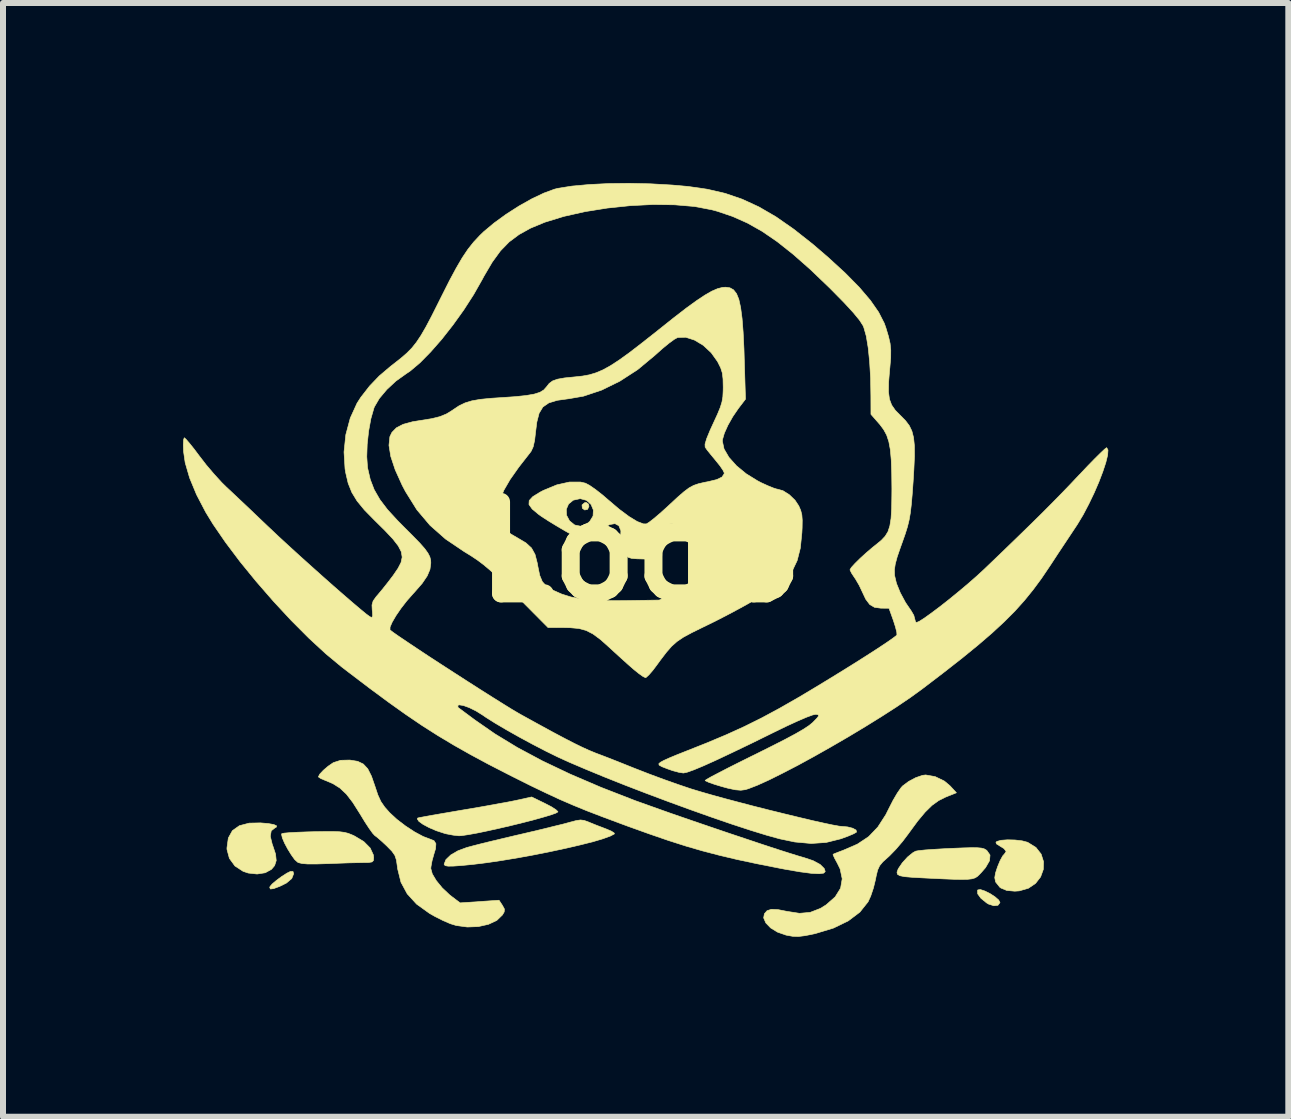
<source format=kicad_pcb>
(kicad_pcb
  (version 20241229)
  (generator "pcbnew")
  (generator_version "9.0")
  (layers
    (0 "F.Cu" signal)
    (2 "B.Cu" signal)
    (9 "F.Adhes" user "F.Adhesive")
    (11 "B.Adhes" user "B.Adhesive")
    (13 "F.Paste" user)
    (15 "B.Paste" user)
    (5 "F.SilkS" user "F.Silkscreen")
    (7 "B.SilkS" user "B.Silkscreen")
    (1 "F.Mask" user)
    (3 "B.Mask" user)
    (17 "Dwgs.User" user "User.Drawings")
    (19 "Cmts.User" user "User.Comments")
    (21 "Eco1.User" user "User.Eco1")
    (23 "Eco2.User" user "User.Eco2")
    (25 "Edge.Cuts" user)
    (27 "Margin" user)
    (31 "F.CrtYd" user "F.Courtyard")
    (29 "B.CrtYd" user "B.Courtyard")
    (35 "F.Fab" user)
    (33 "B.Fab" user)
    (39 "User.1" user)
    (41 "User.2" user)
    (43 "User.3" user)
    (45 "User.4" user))
  (footprint "Logo"
    (layer "F.Cu")
    (at 7.622 6.149)
    (property "Reference" "Logo" (at 0 0 0) (layer "F.SilkS") (effects (font (size 1.524 1.524) (thickness 0.3))))
    (attr through_hole)
    (fp_poly (pts (xy -0.866 -0.799) (xy -0.857 -0.762) (xy -0.88 -0.711) (xy -0.928 -0.7) (xy -0.968 -0.73) (xy -0.973 -0.784) (xy -0.931 -0.821) (xy -0.903 -0.826) (xy -0.866 -0.799)) (stroke (width 0.01) (type solid)) (fill yes) (layer "F.SilkS"))
    (fp_poly (pts (xy -5.779 5.362) (xy -5.81 5.441) (xy -5.9 5.517) (xy -6.009 5.571) (xy -6.111 5.609) (xy -6.165 5.616) (xy -6.177 5.592) (xy -6.173 5.576) (xy -6.137 5.533) (xy -6.065 5.472) (xy -5.977 5.407) (xy -5.891 5.352) (xy -5.834 5.324) (xy -5.789 5.324) (xy -5.779 5.362)) (stroke (width 0.01) (type solid)) (fill yes) (layer "F.SilkS"))
    (fp_poly (pts (xy 5.739 5.649) (xy 5.826 5.692) (xy 5.909 5.746) (xy 5.97 5.799) (xy 5.992 5.841) (xy 5.992 5.842) (xy 5.958 5.887) (xy 5.89 5.895) (xy 5.802 5.867) (xy 5.77 5.848) (xy 5.674 5.77) (xy 5.621 5.697) (xy 5.618 5.64) (xy 5.623 5.631) (xy 5.666 5.625) (xy 5.739 5.649)) (stroke (width 0.01) (type solid)) (fill yes) (layer "F.SilkS"))
    (fp_poly (pts (xy -6.201 4.525) (xy -6.108 4.542) (xy -6.062 4.564) (xy -6.069 4.586) (xy -6.088 4.595) (xy -6.152 4.646) (xy -6.168 4.737) (xy -6.136 4.868) (xy -6.128 4.889) (xy -6.08 5.034) (xy -6.069 5.142) (xy -6.096 5.226) (xy -6.148 5.288) (xy -6.252 5.345) (xy -6.388 5.366) (xy -6.535 5.35) (xy -6.621 5.321) (xy -6.757 5.232) (xy -6.849 5.106) (xy -6.889 4.958) (xy -6.89 4.932) (xy -6.867 4.766) (xy -6.799 4.643) (xy -6.683 4.561) (xy -6.52 4.518) (xy -6.332 4.514) (xy -6.201 4.525)) (stroke (width 0.01) (type solid)) (fill yes) (layer "F.SilkS"))
    (fp_poly (pts (xy 6.242 4.799) (xy 6.361 4.813) (xy 6.452 4.837) (xy 6.454 4.838) (xy 6.591 4.923) (xy 6.678 5.034) (xy 6.718 5.16) (xy 6.714 5.29) (xy 6.669 5.414) (xy 6.585 5.522) (xy 6.466 5.603) (xy 6.313 5.647) (xy 6.238 5.652) (xy 6.105 5.64) (xy 6.009 5.6) (xy 5.989 5.586) (xy 5.919 5.498) (xy 5.905 5.427) (xy 5.918 5.349) (xy 5.951 5.248) (xy 5.993 5.146) (xy 6.037 5.065) (xy 6.068 5.03) (xy 6.095 4.99) (xy 6.059 4.942) (xy 5.996 4.903) (xy 5.934 4.864) (xy 5.925 4.837) (xy 5.941 4.823) (xy 6.009 4.804) (xy 6.117 4.796) (xy 6.242 4.799)) (stroke (width 0.01) (type solid)) (fill yes) (layer "F.SilkS"))
    (fp_poly (pts (xy -5.01 4.662) (xy -4.933 4.672) (xy -4.87 4.688) (xy -4.807 4.713) (xy -4.76 4.735) (xy -4.609 4.826) (xy -4.503 4.933) (xy -4.45 5.048) (xy -4.445 5.093) (xy -4.449 5.141) (xy -4.473 5.165) (xy -4.531 5.174) (xy -4.615 5.175) (xy -4.712 5.177) (xy -4.854 5.18) (xy -5.023 5.186) (xy -5.199 5.193) (xy -5.21 5.193) (xy -5.403 5.199) (xy -5.542 5.199) (xy -5.638 5.191) (xy -5.699 5.176) (xy -5.712 5.169) (xy -5.76 5.126) (xy -5.817 5.047) (xy -5.877 4.95) (xy -5.93 4.851) (xy -5.967 4.764) (xy -5.98 4.706) (xy -5.976 4.693) (xy -5.938 4.685) (xy -5.848 4.677) (xy -5.717 4.67) (xy -5.556 4.664) (xy -5.445 4.661) (xy -5.253 4.658) (xy -5.112 4.658) (xy -5.01 4.662)) (stroke (width 0.01) (type solid)) (fill yes) (layer "F.SilkS"))
    (fp_poly (pts (xy 5.615 4.928) (xy 5.682 4.934) (xy 5.728 4.946) (xy 5.761 4.965) (xy 5.774 4.975) (xy 5.826 5.05) (xy 5.818 5.144) (xy 5.751 5.26) (xy 5.684 5.337) (xy 5.646 5.377) (xy 5.613 5.408) (xy 5.575 5.431) (xy 5.526 5.446) (xy 5.456 5.454) (xy 5.359 5.456) (xy 5.225 5.454) (xy 5.048 5.447) (xy 4.817 5.436) (xy 4.715 5.431) (xy 4.531 5.421) (xy 4.403 5.41) (xy 4.323 5.394) (xy 4.283 5.37) (xy 4.276 5.336) (xy 4.293 5.289) (xy 4.299 5.276) (xy 4.365 5.179) (xy 4.452 5.083) (xy 4.542 5.01) (xy 4.588 4.985) (xy 4.64 4.976) (xy 4.743 4.965) (xy 4.886 4.955) (xy 5.055 4.945) (xy 5.177 4.939) (xy 5.372 4.931) (xy 5.515 4.927) (xy 5.615 4.928)) (stroke (width 0.01) (type solid)) (fill yes) (layer "F.SilkS"))
    (fp_poly (pts (xy -1.588 4.191) (xy -1.484 4.245) (xy -1.409 4.293) (xy -1.375 4.326) (xy -1.375 4.331) (xy -1.409 4.351) (xy -1.496 4.382) (xy -1.624 4.42) (xy -1.785 4.465) (xy -1.968 4.512) (xy -2.164 4.56) (xy -2.362 4.606) (xy -2.552 4.648) (xy -2.725 4.684) (xy -2.87 4.71) (xy -2.977 4.726) (xy -3.024 4.729) (xy -3.121 4.718) (xy -3.237 4.696) (xy -3.27 4.687) (xy -3.401 4.644) (xy -3.522 4.592) (xy -3.623 4.538) (xy -3.692 4.488) (xy -3.718 4.448) (xy -3.711 4.433) (xy -3.678 4.425) (xy -3.591 4.409) (xy -3.459 4.385) (xy -3.292 4.356) (xy -3.099 4.323) (xy -3 4.306) (xy -2.779 4.269) (xy -2.563 4.231) (xy -2.366 4.195) (xy -2.2 4.165) (xy -2.08 4.141) (xy -2.057 4.136) (xy -1.812 4.082) (xy -1.588 4.191)) (stroke (width 0.01) (type solid)) (fill yes) (layer "F.SilkS"))
    (fp_poly (pts (xy -0.937 4.473) (xy -0.865 4.499) (xy -0.849 4.506) (xy -0.733 4.553) (xy -0.602 4.603) (xy -0.561 4.619) (xy -0.48 4.654) (xy -0.436 4.684) (xy -0.434 4.698) (xy -0.502 4.734) (xy -0.624 4.778) (xy -0.792 4.828) (xy -0.998 4.88) (xy -1.234 4.935) (xy -1.49 4.99) (xy -1.759 5.044) (xy -2.032 5.094) (xy -2.301 5.139) (xy -2.557 5.177) (xy -2.792 5.206) (xy -2.977 5.224) (xy -3.116 5.234) (xy -3.204 5.235) (xy -3.251 5.227) (xy -3.269 5.21) (xy -3.27 5.2) (xy -3.241 5.126) (xy -3.161 5.049) (xy -3.041 4.979) (xy -2.893 4.924) (xy -2.892 4.924) (xy -2.796 4.898) (xy -2.652 4.861) (xy -2.472 4.817) (xy -2.27 4.769) (xy -2.06 4.719) (xy -2.032 4.713) (xy -1.823 4.664) (xy -1.621 4.616) (xy -1.44 4.571) (xy -1.292 4.535) (xy -1.192 4.508) (xy -1.182 4.505) (xy -1.072 4.476) (xy -0.998 4.465) (xy -0.937 4.473)) (stroke (width 0.01) (type solid)) (fill yes) (layer "F.SilkS"))
    (fp_poly (pts (xy 4.912 3.743) (xy 5.065 3.817) (xy 5.161 3.898) (xy 5.266 4.012) (xy 5.086 4.084) (xy 4.97 4.142) (xy 4.859 4.222) (xy 4.745 4.334) (xy 4.619 4.485) (xy 4.473 4.684) (xy 4.466 4.694) (xy 4.367 4.825) (xy 4.256 4.955) (xy 4.153 5.061) (xy 4.127 5.085) (xy 4.04 5.163) (xy 3.987 5.227) (xy 3.953 5.3) (xy 3.928 5.404) (xy 3.917 5.461) (xy 3.883 5.599) (xy 3.838 5.733) (xy 3.794 5.829) (xy 3.657 6.001) (xy 3.464 6.147) (xy 3.217 6.267) (xy 2.919 6.357) (xy 2.899 6.362) (xy 2.747 6.393) (xy 2.634 6.407) (xy 2.538 6.404) (xy 2.437 6.386) (xy 2.424 6.383) (xy 2.284 6.334) (xy 2.17 6.264) (xy 2.09 6.181) (xy 2.054 6.097) (xy 2.066 6.029) (xy 2.111 5.977) (xy 2.183 5.954) (xy 2.292 5.959) (xy 2.445 5.989) (xy 2.651 6.021) (xy 2.83 6.005) (xy 3 5.939) (xy 3.095 5.88) (xy 3.246 5.747) (xy 3.336 5.602) (xy 3.363 5.446) (xy 3.328 5.281) (xy 3.282 5.187) (xy 3.238 5.106) (xy 3.213 5.051) (xy 3.211 5.037) (xy 3.245 5.022) (xy 3.32 4.993) (xy 3.381 4.97) (xy 3.616 4.868) (xy 3.804 4.743) (xy 3.957 4.583) (xy 4.089 4.378) (xy 4.143 4.27) (xy 4.211 4.137) (xy 4.282 4.016) (xy 4.344 3.927) (xy 4.369 3.899) (xy 4.469 3.824) (xy 4.587 3.761) (xy 4.7 3.722) (xy 4.754 3.715) (xy 4.912 3.743)) (stroke (width 0.01) (type solid)) (fill yes) (layer "F.SilkS"))
    (fp_poly (pts (xy -4.836 3.468) (xy -4.712 3.488) (xy -4.618 3.533) (xy -4.544 3.612) (xy -4.482 3.735) (xy -4.424 3.902) (xy -4.375 4.049) (xy -4.325 4.158) (xy -4.261 4.251) (xy -4.18 4.343) (xy -4.06 4.454) (xy -3.915 4.565) (xy -3.762 4.665) (xy -3.62 4.741) (xy -3.514 4.781) (xy -3.44 4.81) (xy -3.408 4.861) (xy -3.414 4.945) (xy -3.442 5.037) (xy -3.472 5.145) (xy -3.49 5.243) (xy -3.493 5.274) (xy -3.468 5.365) (xy -3.401 5.477) (xy -3.302 5.598) (xy -3.181 5.712) (xy -3.144 5.741) (xy -3.004 5.847) (xy -2.356 5.803) (xy -2.301 5.886) (xy -2.266 5.95) (xy -2.27 5.998) (xy -2.299 6.048) (xy -2.393 6.139) (xy -2.532 6.204) (xy -2.701 6.242) (xy -2.885 6.249) (xy -3.069 6.224) (xy -3.167 6.194) (xy -3.288 6.142) (xy -3.425 6.073) (xy -3.516 6.021) (xy -3.73 5.867) (xy -3.886 5.696) (xy -3.99 5.503) (xy -4.046 5.278) (xy -4.05 5.243) (xy -4.066 5.133) (xy -4.092 5.055) (xy -4.14 4.987) (xy -4.223 4.902) (xy -4.228 4.897) (xy -4.314 4.817) (xy -4.387 4.754) (xy -4.429 4.722) (xy -4.462 4.686) (xy -4.519 4.607) (xy -4.592 4.496) (xy -4.672 4.364) (xy -4.674 4.361) (xy -4.793 4.173) (xy -4.9 4.034) (xy -5.008 3.933) (xy -5.126 3.859) (xy -5.247 3.808) (xy -5.322 3.777) (xy -5.363 3.75) (xy -5.366 3.745) (xy -5.342 3.7) (xy -5.282 3.636) (xy -5.203 3.569) (xy -5.123 3.514) (xy -5.111 3.508) (xy -4.996 3.471) (xy -4.851 3.467) (xy -4.836 3.468)) (stroke (width 0.01) (type solid)) (fill yes) (layer "F.SilkS"))
    (fp_poly (pts (xy 1.491 -4.403) (xy 1.551 -4.37) (xy 1.601 -4.307) (xy 1.64 -4.211) (xy 1.67 -4.075) (xy 1.694 -3.894) (xy 1.712 -3.663) (xy 1.726 -3.377) (xy 1.731 -3.202) (xy 1.751 -2.547) (xy 1.633 -2.393) (xy 1.54 -2.257) (xy 1.459 -2.114) (xy 1.399 -1.981) (xy 1.368 -1.874) (xy 1.366 -1.846) (xy 1.394 -1.717) (xy 1.475 -1.578) (xy 1.601 -1.437) (xy 1.764 -1.303) (xy 1.955 -1.185) (xy 2.015 -1.154) (xy 2.127 -1.103) (xy 2.219 -1.066) (xy 2.276 -1.048) (xy 2.281 -1.048) (xy 2.375 -1.022) (xy 2.48 -0.956) (xy 2.576 -0.864) (xy 2.639 -0.769) (xy 2.671 -0.695) (xy 2.69 -0.621) (xy 2.697 -0.53) (xy 2.695 -0.404) (xy 2.691 -0.323) (xy 2.665 -0.065) (xy 2.612 0.143) (xy 2.531 0.313) (xy 2.416 0.455) (xy 2.405 0.466) (xy 2.31 0.543) (xy 2.165 0.642) (xy 1.979 0.756) (xy 1.76 0.881) (xy 1.517 1.013) (xy 1.258 1.147) (xy 1.035 1.256) (xy 0.854 1.345) (xy 0.717 1.419) (xy 0.61 1.491) (xy 0.52 1.571) (xy 0.432 1.672) (xy 0.332 1.803) (xy 0.287 1.865) (xy 0.21 1.968) (xy 0.143 2.046) (xy 0.096 2.089) (xy 0.085 2.094) (xy 0.043 2.074) (xy -0.03 2.022) (xy -0.108 1.959) (xy -0.201 1.878) (xy -0.321 1.77) (xy -0.448 1.654) (xy -0.513 1.594) (xy -0.663 1.46) (xy -0.788 1.367) (xy -0.904 1.307) (xy -1.028 1.274) (xy -1.174 1.261) (xy -1.27 1.259) (xy -1.54 1.258) (xy -2.064 0.73) (xy -2.242 0.552) (xy -2.386 0.412) (xy -2.507 0.301) (xy -2.613 0.212) (xy -2.715 0.135) (xy -2.823 0.063) (xy -2.937 -0.007) (xy -3.248 -0.217) (xy -3.506 -0.445) (xy -3.725 -0.704) (xy -3.748 -0.741) (xy -2.364 -0.741) (xy -2.356 -0.615) (xy -2.316 -0.491) (xy -2.302 -0.46) (xy -2.245 -0.373) (xy -2.161 -0.301) (xy -2.049 -0.236) (xy -1.909 -0.153) (xy -1.815 -0.067) (xy -1.756 0.04) (xy -1.718 0.187) (xy -1.709 0.239) (xy -1.678 0.389) (xy -1.635 0.493) (xy -1.568 0.568) (xy -1.468 0.631) (xy -1.456 0.637) (xy -1.312 0.701) (xy -1.159 0.749) (xy -0.986 0.782) (xy -0.782 0.802) (xy -0.535 0.811) (xy -0.28 0.81) (xy 0.314 0.801) (xy 0.578 0.672) (xy 0.707 0.605) (xy 0.824 0.539) (xy 0.91 0.485) (xy 0.931 0.47) (xy 1.02 0.396) (xy 0.967 0.158) (xy 0.929 0.006) (xy 0.887 -0.108) (xy 0.829 -0.206) (xy 0.743 -0.313) (xy 0.708 -0.352) (xy 0.604 -0.445) (xy 0.515 -0.478) (xy 0.445 -0.451) (xy 0.396 -0.365) (xy 0.368 -0.223) (xy 0.364 -0.143) (xy 0.36 -0.035) (xy 0.357 0.05) (xy 0.354 0.085) (xy 0.325 0.105) (xy 0.242 0.115) (xy 0.1 0.117) (xy 0.073 0.117) (xy -0.06 0.113) (xy -0.146 0.106) (xy -0.199 0.09) (xy -0.236 0.06) (xy -0.272 0.011) (xy -0.276 0.004) (xy -0.326 -0.093) (xy -0.334 -0.19) (xy -0.33 -0.222) (xy -0.325 -0.354) (xy -0.359 -0.438) (xy -0.424 -0.473) (xy -0.515 -0.457) (xy -0.626 -0.388) (xy -0.706 -0.316) (xy -0.81 -0.22) (xy -0.883 -0.176) (xy -0.917 -0.174) (xy -0.996 -0.211) (xy -1.113 -0.272) (xy -1.252 -0.35) (xy -1.398 -0.436) (xy -1.534 -0.519) (xy -1.647 -0.592) (xy -1.7 -0.63) (xy -1.797 -0.712) (xy -1.235 -0.712) (xy -1.231 -0.613) (xy -1.181 -0.519) (xy -1.095 -0.45) (xy -0.997 -0.43) (xy -0.893 -0.47) (xy -0.844 -0.51) (xy -0.789 -0.6) (xy -0.784 -0.7) (xy -0.822 -0.792) (xy -0.897 -0.861) (xy -1.001 -0.889) (xy -1.005 -0.889) (xy -1.119 -0.864) (xy -1.197 -0.8) (xy -1.235 -0.712) (xy -1.797 -0.712) (xy -1.805 -0.719) (xy -1.857 -0.792) (xy -1.853 -0.858) (xy -1.793 -0.923) (xy -1.673 -0.997) (xy -1.618 -1.026) (xy -1.393 -1.119) (xy -1.183 -1.166) (xy -0.998 -1.166) (xy -0.916 -1.147) (xy -0.848 -1.111) (xy -0.748 -1.042) (xy -0.632 -0.951) (xy -0.538 -0.87) (xy -0.352 -0.712) (xy -0.188 -0.59) (xy -0.053 -0.508) (xy 0.05 -0.469) (xy 0.099 -0.468) (xy 0.144 -0.495) (xy 0.224 -0.557) (xy 0.329 -0.646) (xy 0.449 -0.754) (xy 0.481 -0.784) (xy 0.62 -0.913) (xy 0.726 -1.005) (xy 0.81 -1.068) (xy 0.887 -1.11) (xy 0.969 -1.138) (xy 1.068 -1.161) (xy 1.127 -1.172) (xy 1.272 -1.207) (xy 1.359 -1.249) (xy 1.395 -1.302) (xy 1.397 -1.319) (xy 1.377 -1.362) (xy 1.326 -1.437) (xy 1.254 -1.526) (xy 1.252 -1.529) (xy 1.175 -1.622) (xy 1.112 -1.7) (xy 1.079 -1.748) (xy 1.077 -1.798) (xy 1.105 -1.891) (xy 1.163 -2.032) (xy 1.215 -2.145) (xy 1.285 -2.297) (xy 1.331 -2.409) (xy 1.359 -2.5) (xy 1.374 -2.586) (xy 1.379 -2.686) (xy 1.38 -2.746) (xy 1.377 -2.884) (xy 1.365 -2.984) (xy 1.338 -3.069) (xy 1.29 -3.165) (xy 1.286 -3.173) (xy 1.18 -3.321) (xy 1.048 -3.444) (xy 0.901 -3.532) (xy 0.755 -3.579) (xy 0.621 -3.575) (xy 0.567 -3.546) (xy 0.479 -3.482) (xy 0.369 -3.392) (xy 0.248 -3.284) (xy 0.233 -3.271) (xy -0.045 -3.04) (xy -0.343 -2.847) (xy -0.647 -2.698) (xy -0.949 -2.597) (xy -1.191 -2.555) (xy -1.386 -2.528) (xy -1.527 -2.485) (xy -1.625 -2.417) (xy -1.688 -2.313) (xy -1.726 -2.166) (xy -1.745 -2.015) (xy -1.763 -1.86) (xy -1.787 -1.753) (xy -1.821 -1.679) (xy -1.838 -1.656) (xy -2.027 -1.414) (xy -2.172 -1.208) (xy -2.274 -1.032) (xy -2.338 -0.878) (xy -2.364 -0.741) (xy -3.748 -0.741) (xy -3.914 -1.007) (xy -3.969 -1.111) (xy -4.086 -1.37) (xy -4.16 -1.593) (xy -4.19 -1.778) (xy -4.175 -1.922) (xy -4.141 -1.993) (xy -4.066 -2.07) (xy -3.954 -2.128) (xy -3.796 -2.171) (xy -3.661 -2.193) (xy -3.479 -2.222) (xy -3.342 -2.256) (xy -3.234 -2.3) (xy -3.136 -2.36) (xy -3.119 -2.372) (xy -3.023 -2.436) (xy -2.924 -2.484) (xy -2.81 -2.519) (xy -2.669 -2.544) (xy -2.487 -2.562) (xy -2.319 -2.573) (xy -2.084 -2.589) (xy -1.904 -2.608) (xy -1.771 -2.631) (xy -1.676 -2.661) (xy -1.611 -2.7) (xy -1.567 -2.749) (xy -1.52 -2.809) (xy -1.463 -2.851) (xy -1.382 -2.88) (xy -1.264 -2.901) (xy -1.096 -2.918) (xy -1.094 -2.918) (xy -0.966 -2.932) (xy -0.85 -2.953) (xy -0.738 -2.987) (xy -0.623 -3.036) (xy -0.498 -3.105) (xy -0.355 -3.198) (xy -0.187 -3.319) (xy 0.012 -3.472) (xy 0.252 -3.661) (xy 0.308 -3.706) (xy 0.557 -3.904) (xy 0.764 -4.064) (xy 0.935 -4.188) (xy 1.075 -4.281) (xy 1.19 -4.347) (xy 1.285 -4.388) (xy 1.366 -4.409) (xy 1.419 -4.413) (xy 1.491 -4.403)) (stroke (width 0.01) (type solid)) (fill yes) (layer "F.SilkS"))
    (fp_poly (pts (xy 0.169 -6.136) (xy 0.52 -6.116) (xy 0.794 -6.092) (xy 1.113 -6.046) (xy 1.411 -5.977) (xy 1.695 -5.88) (xy 1.975 -5.751) (xy 2.259 -5.586) (xy 2.555 -5.38) (xy 2.872 -5.13) (xy 3.127 -4.911) (xy 3.415 -4.647) (xy 3.649 -4.409) (xy 3.833 -4.193) (xy 3.97 -3.996) (xy 4.064 -3.812) (xy 4.09 -3.739) (xy 4.134 -3.593) (xy 4.161 -3.476) (xy 4.172 -3.365) (xy 4.171 -3.238) (xy 4.157 -3.074) (xy 4.153 -3.035) (xy 4.136 -2.828) (xy 4.134 -2.669) (xy 4.15 -2.547) (xy 4.187 -2.449) (xy 4.248 -2.361) (xy 4.337 -2.271) (xy 4.418 -2.189) (xy 4.48 -2.107) (xy 4.524 -2.016) (xy 4.552 -1.907) (xy 4.566 -1.77) (xy 4.567 -1.596) (xy 4.557 -1.375) (xy 4.545 -1.176) (xy 4.529 -0.956) (xy 4.514 -0.786) (xy 4.498 -0.65) (xy 4.478 -0.534) (xy 4.451 -0.423) (xy 4.414 -0.304) (xy 4.364 -0.162) (xy 4.334 -0.079) (xy 4.279 0.081) (xy 4.247 0.2) (xy 4.233 0.294) (xy 4.235 0.382) (xy 4.236 0.392) (xy 4.267 0.523) (xy 4.331 0.68) (xy 4.418 0.842) (xy 4.513 0.981) (xy 4.556 1.055) (xy 4.572 1.116) (xy 4.585 1.165) (xy 4.601 1.175) (xy 4.648 1.155) (xy 4.734 1.1) (xy 4.851 1.016) (xy 4.991 0.911) (xy 5.145 0.79) (xy 5.304 0.66) (xy 5.461 0.528) (xy 5.606 0.401) (xy 5.732 0.285) (xy 5.736 0.281) (xy 6.028 0.001) (xy 6.28 -0.243) (xy 6.499 -0.456) (xy 6.691 -0.645) (xy 6.862 -0.817) (xy 7.02 -0.978) (xy 7.17 -1.134) (xy 7.32 -1.293) (xy 7.322 -1.294) (xy 7.453 -1.433) (xy 7.571 -1.554) (xy 7.668 -1.65) (xy 7.736 -1.714) (xy 7.769 -1.739) (xy 7.77 -1.739) (xy 7.792 -1.7) (xy 7.786 -1.615) (xy 7.756 -1.492) (xy 7.706 -1.34) (xy 7.64 -1.167) (xy 7.561 -0.984) (xy 7.472 -0.799) (xy 7.378 -0.62) (xy 7.28 -0.457) (xy 7.246 -0.406) (xy 7.171 -0.293) (xy 7.072 -0.144) (xy 6.961 0.023) (xy 6.85 0.193) (xy 6.82 0.238) (xy 6.683 0.441) (xy 6.544 0.629) (xy 6.398 0.809) (xy 6.24 0.985) (xy 6.062 1.163) (xy 5.861 1.349) (xy 5.63 1.548) (xy 5.363 1.766) (xy 5.054 2.008) (xy 4.699 2.279) (xy 4.683 2.291) (xy 4.492 2.429) (xy 4.266 2.582) (xy 4.014 2.744) (xy 3.743 2.912) (xy 3.46 3.082) (xy 3.174 3.248) (xy 2.891 3.408) (xy 2.62 3.556) (xy 2.367 3.687) (xy 2.142 3.799) (xy 1.95 3.886) (xy 1.8 3.944) (xy 1.748 3.96) (xy 1.673 3.97) (xy 1.58 3.962) (xy 1.454 3.935) (xy 1.359 3.909) (xy 1.236 3.872) (xy 1.141 3.839) (xy 1.087 3.814) (xy 1.079 3.806) (xy 1.107 3.787) (xy 1.184 3.743) (xy 1.305 3.68) (xy 1.461 3.599) (xy 1.646 3.506) (xy 1.853 3.403) (xy 1.915 3.373) (xy 2.189 3.236) (xy 2.411 3.123) (xy 2.585 3.03) (xy 2.716 2.954) (xy 2.81 2.892) (xy 2.871 2.842) (xy 2.874 2.839) (xy 2.943 2.768) (xy 2.971 2.73) (xy 2.962 2.712) (xy 2.926 2.704) (xy 2.872 2.715) (xy 2.768 2.753) (xy 2.619 2.817) (xy 2.432 2.903) (xy 2.212 3.01) (xy 2.212 3.01) (xy 1.84 3.193) (xy 1.523 3.345) (xy 1.26 3.469) (xy 1.049 3.564) (xy 0.888 3.631) (xy 0.778 3.67) (xy 0.717 3.683) (xy 0.644 3.672) (xy 0.539 3.644) (xy 0.456 3.615) (xy 0.358 3.577) (xy 0.312 3.551) (xy 0.307 3.528) (xy 0.334 3.504) (xy 0.387 3.475) (xy 0.484 3.431) (xy 0.612 3.378) (xy 0.728 3.332) (xy 1.101 3.184) (xy 1.43 3.046) (xy 1.731 2.909) (xy 2.023 2.764) (xy 2.32 2.604) (xy 2.641 2.42) (xy 2.834 2.305) (xy 3.085 2.153) (xy 3.328 2.004) (xy 3.555 1.863) (xy 3.762 1.732) (xy 3.942 1.616) (xy 4.089 1.519) (xy 4.197 1.444) (xy 4.261 1.396) (xy 4.275 1.38) (xy 4.272 1.334) (xy 4.25 1.248) (xy 4.216 1.141) (xy 4.143 0.937) (xy 4.008 0.936) (xy 3.902 0.922) (xy 3.822 0.875) (xy 3.755 0.786) (xy 3.699 0.667) (xy 3.646 0.555) (xy 3.584 0.449) (xy 3.566 0.423) (xy 3.519 0.352) (xy 3.494 0.301) (xy 3.493 0.295) (xy 3.515 0.258) (xy 3.575 0.192) (xy 3.661 0.107) (xy 3.763 0.014) (xy 3.867 -0.075) (xy 3.93 -0.125) (xy 4.015 -0.195) (xy 4.079 -0.263) (xy 4.126 -0.34) (xy 4.157 -0.436) (xy 4.177 -0.561) (xy 4.187 -0.725) (xy 4.19 -0.937) (xy 4.191 -1.054) (xy 4.188 -1.322) (xy 4.18 -1.536) (xy 4.165 -1.705) (xy 4.14 -1.839) (xy 4.104 -1.948) (xy 4.054 -2.04) (xy 3.99 -2.126) (xy 3.973 -2.145) (xy 3.842 -2.295) (xy 3.841 -2.6) (xy 3.836 -2.897) (xy 3.82 -3.168) (xy 3.796 -3.404) (xy 3.764 -3.598) (xy 3.724 -3.739) (xy 3.71 -3.773) (xy 3.652 -3.863) (xy 3.547 -3.991) (xy 3.393 -4.158) (xy 3.19 -4.364) (xy 3.145 -4.409) (xy 2.831 -4.71) (xy 2.545 -4.962) (xy 2.28 -5.172) (xy 2.029 -5.344) (xy 1.784 -5.482) (xy 1.537 -5.592) (xy 1.283 -5.678) (xy 1.191 -5.703) (xy 0.904 -5.758) (xy 0.573 -5.786) (xy 0.212 -5.791) (xy -0.167 -5.772) (xy -0.55 -5.732) (xy -0.925 -5.672) (xy -1.276 -5.593) (xy -1.592 -5.496) (xy -1.829 -5.398) (xy -2.022 -5.291) (xy -2.187 -5.168) (xy -2.332 -5.019) (xy -2.469 -4.831) (xy -2.608 -4.595) (xy -2.636 -4.542) (xy -2.779 -4.29) (xy -2.944 -4.034) (xy -3.124 -3.783) (xy -3.31 -3.546) (xy -3.496 -3.334) (xy -3.673 -3.154) (xy -3.834 -3.018) (xy -3.905 -2.97) (xy -4.073 -2.85) (xy -4.226 -2.708) (xy -4.351 -2.559) (xy -4.433 -2.419) (xy -4.441 -2.398) (xy -4.491 -2.224) (xy -4.529 -2.016) (xy -4.553 -1.796) (xy -4.56 -1.588) (xy -4.548 -1.413) (xy -4.545 -1.395) (xy -4.502 -1.209) (xy -4.437 -1.04) (xy -4.343 -0.876) (xy -4.214 -0.706) (xy -4.041 -0.518) (xy -3.955 -0.431) (xy -3.797 -0.273) (xy -3.678 -0.151) (xy -3.595 -0.057) (xy -3.541 0.018) (xy -3.509 0.08) (xy -3.495 0.137) (xy -3.493 0.184) (xy -3.507 0.29) (xy -3.553 0.399) (xy -3.637 0.523) (xy -3.766 0.671) (xy -3.792 0.699) (xy -3.894 0.815) (xy -3.99 0.939) (xy -4.073 1.06) (xy -4.136 1.168) (xy -4.172 1.25) (xy -4.173 1.297) (xy -4.171 1.3) (xy -4.119 1.34) (xy -4.02 1.409) (xy -3.882 1.502) (xy -3.713 1.615) (xy -3.521 1.742) (xy -3.312 1.878) (xy -3.094 2.019) (xy -2.875 2.16) (xy -2.662 2.296) (xy -2.463 2.422) (xy -2.284 2.534) (xy -2.135 2.626) (xy -2.021 2.693) (xy -1.984 2.714) (xy -1.699 2.871) (xy -1.461 3.001) (xy -1.265 3.105) (xy -1.104 3.188) (xy -0.971 3.253) (xy -0.859 3.304) (xy -0.762 3.344) (xy -0.74 3.353) (xy -0.631 3.394) (xy -0.481 3.452) (xy -0.307 3.521) (xy -0.125 3.594) (xy -0.064 3.618) (xy 0.147 3.7) (xy 0.387 3.789) (xy 0.627 3.874) (xy 0.84 3.946) (xy 0.853 3.95) (xy 1.002 3.995) (xy 1.189 4.049) (xy 1.407 4.109) (xy 1.645 4.172) (xy 1.897 4.238) (xy 2.154 4.303) (xy 2.406 4.365) (xy 2.646 4.423) (xy 2.864 4.475) (xy 3.053 4.517) (xy 3.204 4.549) (xy 3.309 4.568) (xy 3.35 4.572) (xy 3.452 4.581) (xy 3.538 4.603) (xy 3.593 4.633) (xy 3.602 4.664) (xy 3.598 4.67) (xy 3.554 4.695) (xy 3.467 4.732) (xy 3.354 4.774) (xy 3.336 4.78) (xy 3.095 4.84) (xy 2.845 4.857) (xy 2.571 4.832) (xy 2.319 4.779) (xy 2.102 4.719) (xy 1.836 4.637) (xy 1.53 4.537) (xy 1.195 4.422) (xy 0.84 4.296) (xy 0.473 4.162) (xy 0.105 4.024) (xy -0.254 3.886) (xy -0.596 3.75) (xy -0.911 3.62) (xy -1.19 3.501) (xy -1.381 3.414) (xy -1.578 3.317) (xy -1.794 3.205) (xy -2.016 3.085) (xy -2.229 2.965) (xy -2.419 2.853) (xy -2.573 2.756) (xy -2.628 2.718) (xy -2.737 2.65) (xy -2.85 2.594) (xy -2.949 2.558) (xy -3.019 2.547) (xy -3.041 2.554) (xy -3.041 2.588) (xy -3.03 2.597) (xy -2.992 2.625) (xy -2.917 2.681) (xy -2.816 2.756) (xy -2.761 2.797) (xy -2.424 3.031) (xy -2.049 3.259) (xy -1.632 3.482) (xy -1.169 3.702) (xy -0.656 3.922) (xy -0.088 4.143) (xy 0.492 4.35) (xy 0.834 4.468) (xy 1.167 4.582) (xy 1.485 4.69) (xy 1.781 4.789) (xy 2.05 4.879) (xy 2.285 4.956) (xy 2.479 5.018) (xy 2.627 5.064) (xy 2.722 5.092) (xy 2.73 5.094) (xy 2.879 5.144) (xy 2.994 5.206) (xy 3.063 5.274) (xy 3.08 5.324) (xy 3.055 5.351) (xy 2.98 5.361) (xy 2.852 5.355) (xy 2.669 5.331) (xy 2.428 5.29) (xy 2.302 5.266) (xy 1.935 5.193) (xy 1.611 5.124) (xy 1.316 5.054) (xy 1.036 4.981) (xy 0.757 4.9) (xy 0.466 4.807) (xy 0.149 4.698) (xy -0.208 4.57) (xy -0.343 4.52) (xy -0.638 4.41) (xy -0.893 4.312) (xy -1.125 4.217) (xy -1.347 4.121) (xy -1.575 4.015) (xy -1.825 3.895) (xy -2.111 3.752) (xy -2.2 3.707) (xy -2.531 3.537) (xy -2.83 3.376) (xy -3.108 3.219) (xy -3.375 3.059) (xy -3.639 2.891) (xy -3.91 2.707) (xy -4.198 2.502) (xy -4.512 2.27) (xy -4.862 2.004) (xy -4.978 1.915) (xy -5.242 1.696) (xy -5.526 1.434) (xy -5.82 1.139) (xy -6.115 0.821) (xy -6.402 0.491) (xy -6.672 0.16) (xy -6.915 -0.163) (xy -7.123 -0.466) (xy -7.244 -0.664) (xy -7.397 -0.957) (xy -7.512 -1.235) (xy -7.586 -1.489) (xy -7.613 -1.675) (xy -7.617 -1.786) (xy -7.613 -1.868) (xy -7.602 -1.903) (xy -7.6 -1.904) (xy -7.572 -1.879) (xy -7.515 -1.813) (xy -7.437 -1.716) (xy -7.35 -1.6) (xy -7.235 -1.451) (xy -7.103 -1.296) (xy -6.976 -1.157) (xy -6.906 -1.088) (xy -6.814 -1.002) (xy -6.687 -0.882) (xy -6.536 -0.74) (xy -6.373 -0.584) (xy -6.207 -0.426) (xy -6.175 -0.396) (xy -6.031 -0.26) (xy -5.864 -0.106) (xy -5.683 0.059) (xy -5.494 0.229) (xy -5.304 0.399) (xy -5.119 0.563) (xy -4.946 0.714) (xy -4.792 0.847) (xy -4.663 0.956) (xy -4.567 1.035) (xy -4.509 1.077) (xy -4.505 1.08) (xy -4.474 1.09) (xy -4.462 1.065) (xy -4.466 0.992) (xy -4.469 0.971) (xy -4.473 0.883) (xy -4.454 0.816) (xy -4.403 0.744) (xy -4.374 0.711) (xy -4.299 0.621) (xy -4.207 0.505) (xy -4.117 0.387) (xy -4.116 0.385) (xy -4.039 0.272) (xy -3.989 0.175) (xy -3.97 0.086) (xy -3.984 -0.003) (xy -4.035 -0.102) (xy -4.125 -0.218) (xy -4.258 -0.359) (xy -4.431 -0.53) (xy -4.599 -0.701) (xy -4.722 -0.851) (xy -4.809 -0.994) (xy -4.87 -1.146) (xy -4.911 -1.321) (xy -4.922 -1.386) (xy -4.939 -1.667) (xy -4.909 -1.955) (xy -4.835 -2.232) (xy -4.722 -2.48) (xy -4.659 -2.578) (xy -4.512 -2.767) (xy -4.353 -2.933) (xy -4.161 -3.096) (xy -4.094 -3.148) (xy -3.984 -3.235) (xy -3.891 -3.316) (xy -3.809 -3.399) (xy -3.733 -3.494) (xy -3.657 -3.608) (xy -3.574 -3.751) (xy -3.479 -3.931) (xy -3.366 -4.156) (xy -3.312 -4.264) (xy -3.181 -4.524) (xy -3.068 -4.734) (xy -2.968 -4.905) (xy -2.874 -5.045) (xy -2.779 -5.165) (xy -2.678 -5.273) (xy -2.612 -5.337) (xy -2.439 -5.482) (xy -2.238 -5.628) (xy -2.024 -5.765) (xy -1.809 -5.886) (xy -1.607 -5.982) (xy -1.433 -6.046) (xy -1.375 -6.061) (xy -1.139 -6.098) (xy -0.853 -6.124) (xy -0.531 -6.14) (xy -0.186 -6.144) (xy 0.169 -6.136)) (stroke (width 0.01) (type solid)) (fill yes) (layer "F.SilkS")))
  (gr_rect
    (start -3 -3)
    (end 18.419 15.56)
    (stroke (width 0.1) (type default))
    (fill no)
    (layer "Edge.Cuts")))
</source>
